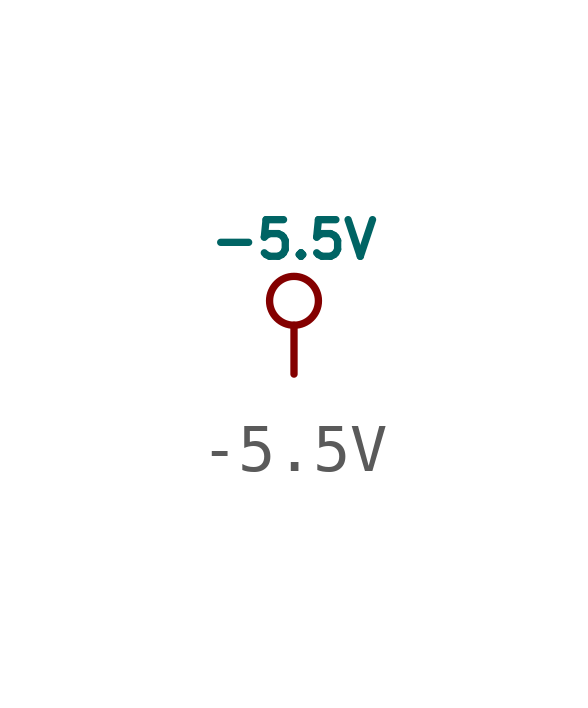
<source format=kicad_sym>
(kicad_symbol_lib
  (version 20241209)
  (generator "kicad_symbol_editor")
  (generator_version "9.0")
  (symbol "-5.5V"
    (power)
    (pin_names
      (offset 0))
    (property "Reference" "#PWR"
      (at 0 -1.016 0)
      (effects (font (size 0.762 0.762)) (hide yes)))
    (property "Value" "-5.5V"
      (at 0 2.794 0)
      (effects (font (size 0.762 0.762))))
    (property "Footprint" ""
      (at 0 0 0)
      (effects (font (size 1.524 1.524))))
    (property "Datasheet" ""
      (at 0 0 0)
      (effects (font (size 1.524 1.524))))
    (symbol "-5.5V_0_1"
      (circle (center 0 1.524) (radius 0.508) (stroke (width 0) (type default)) (fill (type none)))
      (polyline (pts (xy 0 0) (xy 0 1.016) (xy 0 1.016)) (stroke (width 0) (type default)) (fill (type none))))
    (symbol "-5.5V_1_0"
      (pin power_in line (at 0 0 90) (length 0) (hide yes) (name "-5.5V" (effects (font (size 0.762 0.762)))) (number "1" (effects (font (size 0.762 0.762))))))))
</source>
